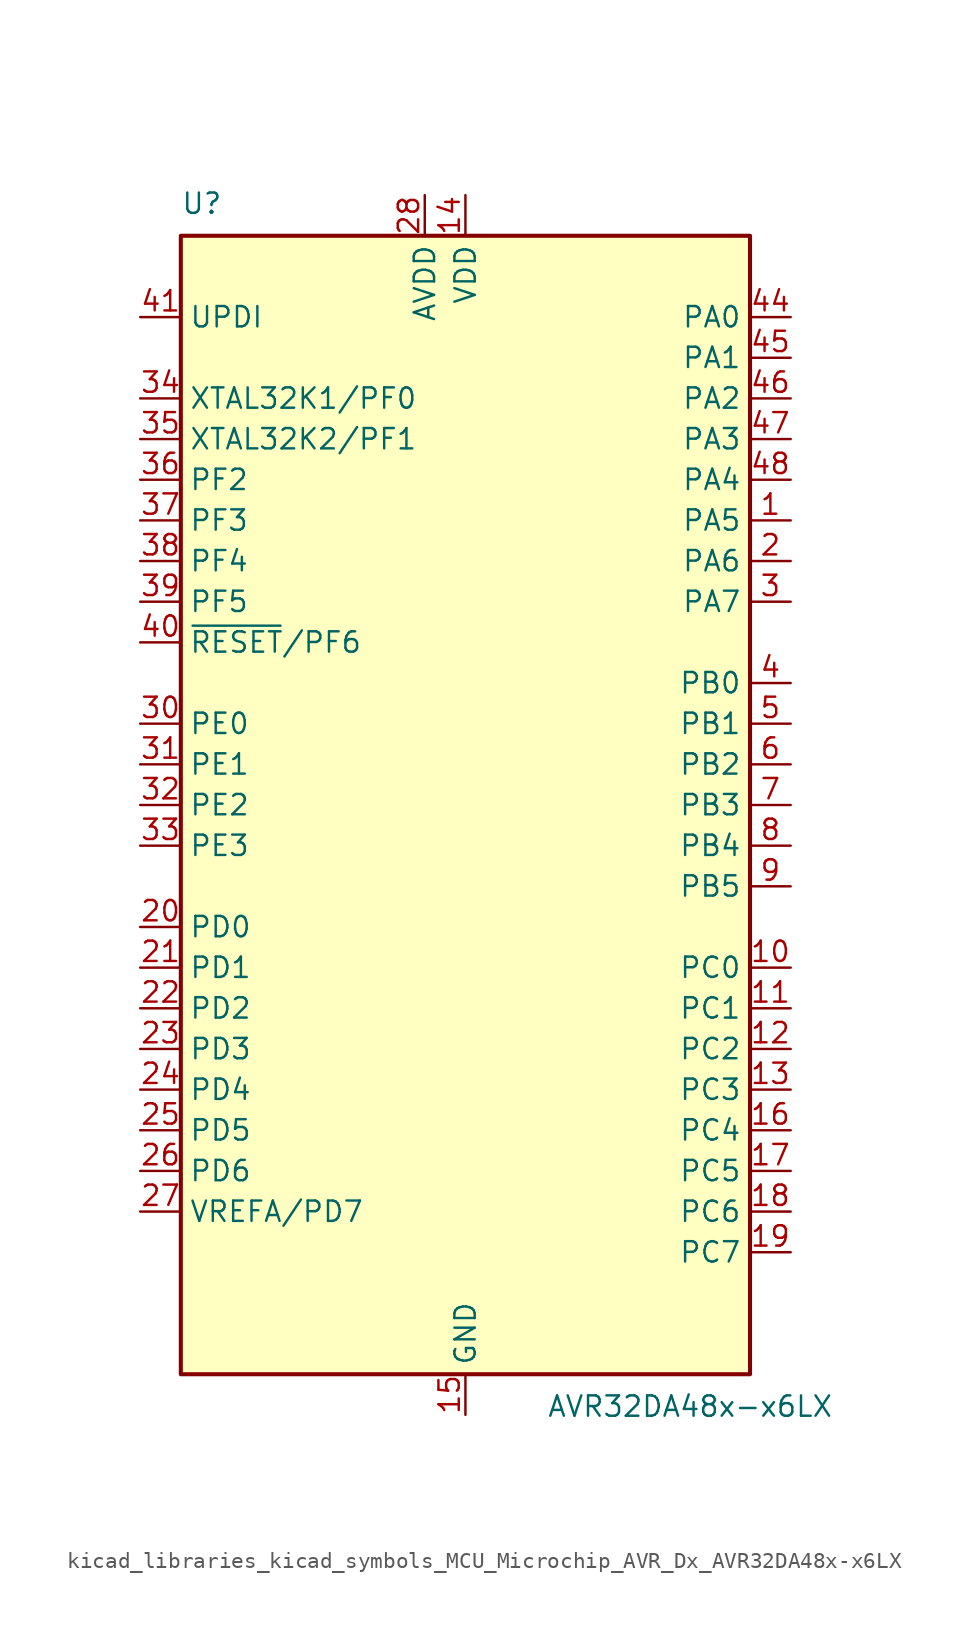
<source format=kicad_sym>
(kicad_symbol_lib
  (version 20220914)
  (generator kicad_symbol_editor)
  (symbol "kicad_libraries_kicad_symbols_MCU_Microchip_AVR_Dx_AVR32DA48x-x6LX"
    (property "Reference" "U"
      (at -17.78 36.83 0)
      (effects (font (size 1.27 1.27)) (justify left bottom)))
    (property "Value" "AVR32DA48x-x6LX"
      (at 5.08 -36.83 0)
      (effects (font (size 1.27 1.27)) (justify left top)))
    (symbol "kicad_libraries_kicad_symbols_MCU_Microchip_AVR_Dx_AVR32DA48x-x6LX_0_1"
      (rectangle (start -17.78 35.56) (end 17.78 -35.56) (stroke (width 0.254) (type default)) (fill (type background))))
    (symbol "kicad_libraries_kicad_symbols_MCU_Microchip_AVR_Dx_AVR32DA48x-x6LX_1_1"
      (pin bidirectional line (at 20.32 17.78 180) (length 2.54) (name "PA5" (effects (font (size 1.27 1.27)))) (number "1" (effects (font (size 1.27 1.27)))))
      (pin bidirectional line (at 20.32 -10.16 180) (length 2.54) (name "PC0" (effects (font (size 1.27 1.27)))) (number "10" (effects (font (size 1.27 1.27)))))
      (pin bidirectional line (at 20.32 -12.7 180) (length 2.54) (name "PC1" (effects (font (size 1.27 1.27)))) (number "11" (effects (font (size 1.27 1.27)))))
      (pin bidirectional line (at 20.32 -15.24 180) (length 2.54) (name "PC2" (effects (font (size 1.27 1.27)))) (number "12" (effects (font (size 1.27 1.27)))))
      (pin bidirectional line (at 20.32 -17.78 180) (length 2.54) (name "PC3" (effects (font (size 1.27 1.27)))) (number "13" (effects (font (size 1.27 1.27)))))
      (pin power_in line (at 0 38.1 270) (length 2.54) (name "VDD" (effects (font (size 1.27 1.27)))) (number "14" (effects (font (size 1.27 1.27)))))
      (pin power_in line (at 0 -38.1 90) (length 2.54) (name "GND" (effects (font (size 1.27 1.27)))) (number "15" (effects (font (size 1.27 1.27)))))
      (pin bidirectional line (at 20.32 -20.32 180) (length 2.54) (name "PC4" (effects (font (size 1.27 1.27)))) (number "16" (effects (font (size 1.27 1.27)))))
      (pin bidirectional line (at 20.32 -22.86 180) (length 2.54) (name "PC5" (effects (font (size 1.27 1.27)))) (number "17" (effects (font (size 1.27 1.27)))))
      (pin bidirectional line (at 20.32 -25.4 180) (length 2.54) (name "PC6" (effects (font (size 1.27 1.27)))) (number "18" (effects (font (size 1.27 1.27)))))
      (pin bidirectional line (at 20.32 -27.94 180) (length 2.54) (name "PC7" (effects (font (size 1.27 1.27)))) (number "19" (effects (font (size 1.27 1.27)))))
      (pin bidirectional line (at 20.32 15.24 180) (length 2.54) (name "PA6" (effects (font (size 1.27 1.27)))) (number "2" (effects (font (size 1.27 1.27)))))
      (pin bidirectional line (at -20.32 -7.62 0) (length 2.54) (name "PD0" (effects (font (size 1.27 1.27)))) (number "20" (effects (font (size 1.27 1.27)))))
      (pin bidirectional line (at -20.32 -10.16 0) (length 2.54) (name "PD1" (effects (font (size 1.27 1.27)))) (number "21" (effects (font (size 1.27 1.27)))))
      (pin bidirectional line (at -20.32 -12.7 0) (length 2.54) (name "PD2" (effects (font (size 1.27 1.27)))) (number "22" (effects (font (size 1.27 1.27)))))
      (pin bidirectional line (at -20.32 -15.24 0) (length 2.54) (name "PD3" (effects (font (size 1.27 1.27)))) (number "23" (effects (font (size 1.27 1.27)))))
      (pin bidirectional line (at -20.32 -17.78 0) (length 2.54) (name "PD4" (effects (font (size 1.27 1.27)))) (number "24" (effects (font (size 1.27 1.27)))))
      (pin bidirectional line (at -20.32 -20.32 0) (length 2.54) (name "PD5" (effects (font (size 1.27 1.27)))) (number "25" (effects (font (size 1.27 1.27)))))
      (pin bidirectional line (at -20.32 -22.86 0) (length 2.54) (name "PD6" (effects (font (size 1.27 1.27)))) (number "26" (effects (font (size 1.27 1.27)))))
      (pin bidirectional line (at -20.32 -25.4 0) (length 2.54) (name "VREFA/PD7" (effects (font (size 1.27 1.27)))) (number "27" (effects (font (size 1.27 1.27)))))
      (pin power_in line (at -2.54 38.1 270) (length 2.54) (name "AVDD" (effects (font (size 1.27 1.27)))) (number "28" (effects (font (size 1.27 1.27)))))
      (pin passive line (at 0 -38.1 90) (length 2.54) hide (name "GND" (effects (font (size 1.27 1.27)))) (number "29" (effects (font (size 1.27 1.27)))))
      (pin bidirectional line (at 20.32 12.7 180) (length 2.54) (name "PA7" (effects (font (size 1.27 1.27)))) (number "3" (effects (font (size 1.27 1.27)))))
      (pin bidirectional line (at -20.32 5.08 0) (length 2.54) (name "PE0" (effects (font (size 1.27 1.27)))) (number "30" (effects (font (size 1.27 1.27)))))
      (pin bidirectional line (at -20.32 2.54 0) (length 2.54) (name "PE1" (effects (font (size 1.27 1.27)))) (number "31" (effects (font (size 1.27 1.27)))))
      (pin bidirectional line (at -20.32 0 0) (length 2.54) (name "PE2" (effects (font (size 1.27 1.27)))) (number "32" (effects (font (size 1.27 1.27)))))
      (pin bidirectional line (at -20.32 -2.54 0) (length 2.54) (name "PE3" (effects (font (size 1.27 1.27)))) (number "33" (effects (font (size 1.27 1.27)))))
      (pin bidirectional line (at -20.32 25.4 0) (length 2.54) (name "XTAL32K1/PF0" (effects (font (size 1.27 1.27)))) (number "34" (effects (font (size 1.27 1.27)))))
      (pin bidirectional line (at -20.32 22.86 0) (length 2.54) (name "XTAL32K2/PF1" (effects (font (size 1.27 1.27)))) (number "35" (effects (font (size 1.27 1.27)))))
      (pin bidirectional line (at -20.32 20.32 0) (length 2.54) (name "PF2" (effects (font (size 1.27 1.27)))) (number "36" (effects (font (size 1.27 1.27)))))
      (pin bidirectional line (at -20.32 17.78 0) (length 2.54) (name "PF3" (effects (font (size 1.27 1.27)))) (number "37" (effects (font (size 1.27 1.27)))))
      (pin bidirectional line (at -20.32 15.24 0) (length 2.54) (name "PF4" (effects (font (size 1.27 1.27)))) (number "38" (effects (font (size 1.27 1.27)))))
      (pin bidirectional line (at -20.32 12.7 0) (length 2.54) (name "PF5" (effects (font (size 1.27 1.27)))) (number "39" (effects (font (size 1.27 1.27)))))
      (pin bidirectional line (at 20.32 7.62 180) (length 2.54) (name "PB0" (effects (font (size 1.27 1.27)))) (number "4" (effects (font (size 1.27 1.27)))))
      (pin bidirectional line (at -20.32 10.16 0) (length 2.54) (name "~{RESET}/PF6" (effects (font (size 1.27 1.27)))) (number "40" (effects (font (size 1.27 1.27)))))
      (pin input line (at -20.32 30.48 0) (length 2.54) (name "UPDI" (effects (font (size 1.27 1.27)))) (number "41" (effects (font (size 1.27 1.27)))))
      (pin passive line (at 0 38.1 270) (length 2.54) hide (name "VDD" (effects (font (size 1.27 1.27)))) (number "42" (effects (font (size 1.27 1.27)))))
      (pin passive line (at 0 -38.1 90) (length 2.54) hide (name "GND" (effects (font (size 1.27 1.27)))) (number "43" (effects (font (size 1.27 1.27)))))
      (pin bidirectional line (at 20.32 30.48 180) (length 2.54) (name "PA0" (effects (font (size 1.27 1.27)))) (number "44" (effects (font (size 1.27 1.27)))))
      (pin bidirectional line (at 20.32 27.94 180) (length 2.54) (name "PA1" (effects (font (size 1.27 1.27)))) (number "45" (effects (font (size 1.27 1.27)))))
      (pin bidirectional line (at 20.32 25.4 180) (length 2.54) (name "PA2" (effects (font (size 1.27 1.27)))) (number "46" (effects (font (size 1.27 1.27)))))
      (pin bidirectional line (at 20.32 22.86 180) (length 2.54) (name "PA3" (effects (font (size 1.27 1.27)))) (number "47" (effects (font (size 1.27 1.27)))))
      (pin bidirectional line (at 20.32 20.32 180) (length 2.54) (name "PA4" (effects (font (size 1.27 1.27)))) (number "48" (effects (font (size 1.27 1.27)))))
      (pin passive line (at 0 -38.1 90) (length 2.54) hide (name "GND" (effects (font (size 1.27 1.27)))) (number "49" (effects (font (size 1.27 1.27)))))
      (pin bidirectional line (at 20.32 5.08 180) (length 2.54) (name "PB1" (effects (font (size 1.27 1.27)))) (number "5" (effects (font (size 1.27 1.27)))))
      (pin bidirectional line (at 20.32 2.54 180) (length 2.54) (name "PB2" (effects (font (size 1.27 1.27)))) (number "6" (effects (font (size 1.27 1.27)))))
      (pin bidirectional line (at 20.32 0 180) (length 2.54) (name "PB3" (effects (font (size 1.27 1.27)))) (number "7" (effects (font (size 1.27 1.27)))))
      (pin bidirectional line (at 20.32 -2.54 180) (length 2.54) (name "PB4" (effects (font (size 1.27 1.27)))) (number "8" (effects (font (size 1.27 1.27)))))
      (pin bidirectional line (at 20.32 -5.08 180) (length 2.54) (name "PB5" (effects (font (size 1.27 1.27)))) (number "9" (effects (font (size 1.27 1.27))))))))
</source>
